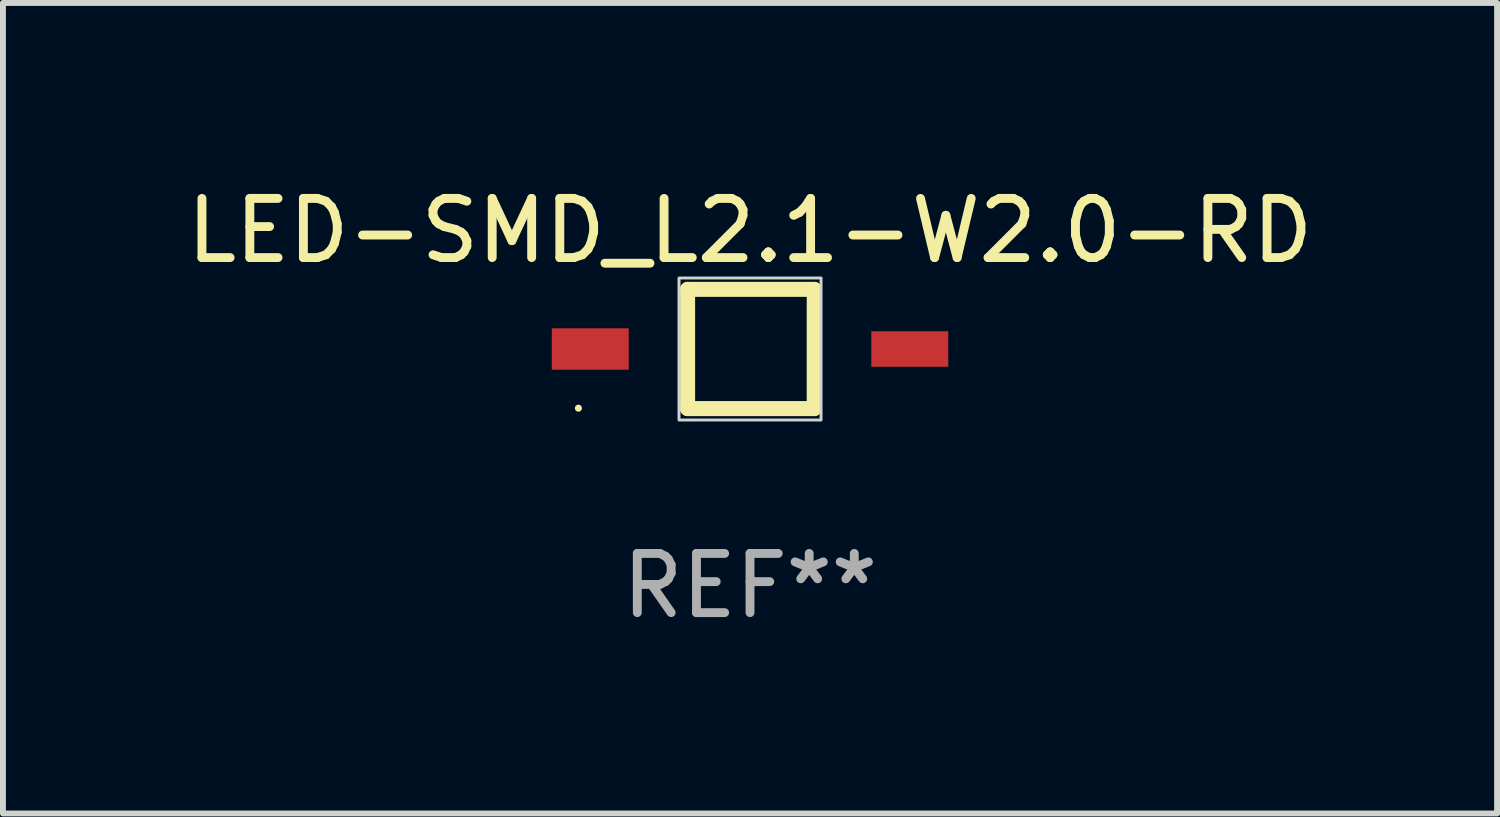
<source format=kicad_pcb>
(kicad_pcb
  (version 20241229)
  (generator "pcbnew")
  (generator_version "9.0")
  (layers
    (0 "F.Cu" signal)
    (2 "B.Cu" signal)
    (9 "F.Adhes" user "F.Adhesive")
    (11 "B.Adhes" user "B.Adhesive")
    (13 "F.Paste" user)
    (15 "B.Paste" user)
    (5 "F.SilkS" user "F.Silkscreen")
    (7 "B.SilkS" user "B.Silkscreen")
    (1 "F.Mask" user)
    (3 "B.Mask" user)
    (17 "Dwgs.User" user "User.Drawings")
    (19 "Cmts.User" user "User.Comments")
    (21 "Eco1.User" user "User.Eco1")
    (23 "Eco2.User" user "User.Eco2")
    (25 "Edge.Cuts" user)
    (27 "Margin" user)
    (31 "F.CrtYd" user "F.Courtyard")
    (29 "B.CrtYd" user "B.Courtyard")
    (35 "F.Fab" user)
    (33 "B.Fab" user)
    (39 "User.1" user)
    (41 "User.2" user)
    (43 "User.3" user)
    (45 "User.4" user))
  (footprint "LED-SMD_L2.1-W2.0-RD"
    (layer "F.Cu")
    (at 9.625 2.848)
    (property "Reference" "LED-SMD_L2.1-W2.0-RD" (at 0 -2 0) (layer "F.SilkS") (effects (font (size 1 1) (thickness 0.15))))
    (attr through_hole)
    (fp_line (start -1.055 -1.008) (end -1.055 1.007) (stroke (width 0.254) (type solid)) (layer "F.SilkS"))
    (fp_line (start -1.055 1.007) (end 1.085 1.007) (stroke (width 0.254) (type solid)) (layer "F.SilkS"))
    (fp_line (start 1.085 -1.008) (end -1.055 -1.008) (stroke (width 0.254) (type solid)) (layer "F.SilkS"))
    (fp_line (start 1.085 1.007) (end 1.085 -1.008) (stroke (width 0.254) (type solid)) (layer "F.SilkS"))
    (fp_circle (center -2.9 1) (end -2.87 1) (stroke (width 0.06) (type solid)) (fill no) (layer "F.SilkS"))
    (fp_rect (start -1.2 -1.2) (end 1.2 1.2) (stroke (width 0.05) (type default)) (fill no) (layer "Edge.Cuts"))
    (fp_text user "REF**" (at 0 4 0) (layer "F.Fab") (effects (font (size 1 1) (thickness 0.15))))
    (pad "1" smd rect (at -2.7 0) (size 1.3 0.7) (layers "F.Cu" "F.Mask" "F.Paste"))
    (pad "2" smd rect (at 2.7 0) (size 1.3 0.6) (layers "F.Cu" "F.Mask" "F.Paste")))
  (gr_rect
    (start -3 -3)
    (end 22.25 10.697)
    (stroke (width 0.1) (type default))
    (fill no)
    (layer "Edge.Cuts")))
</source>
